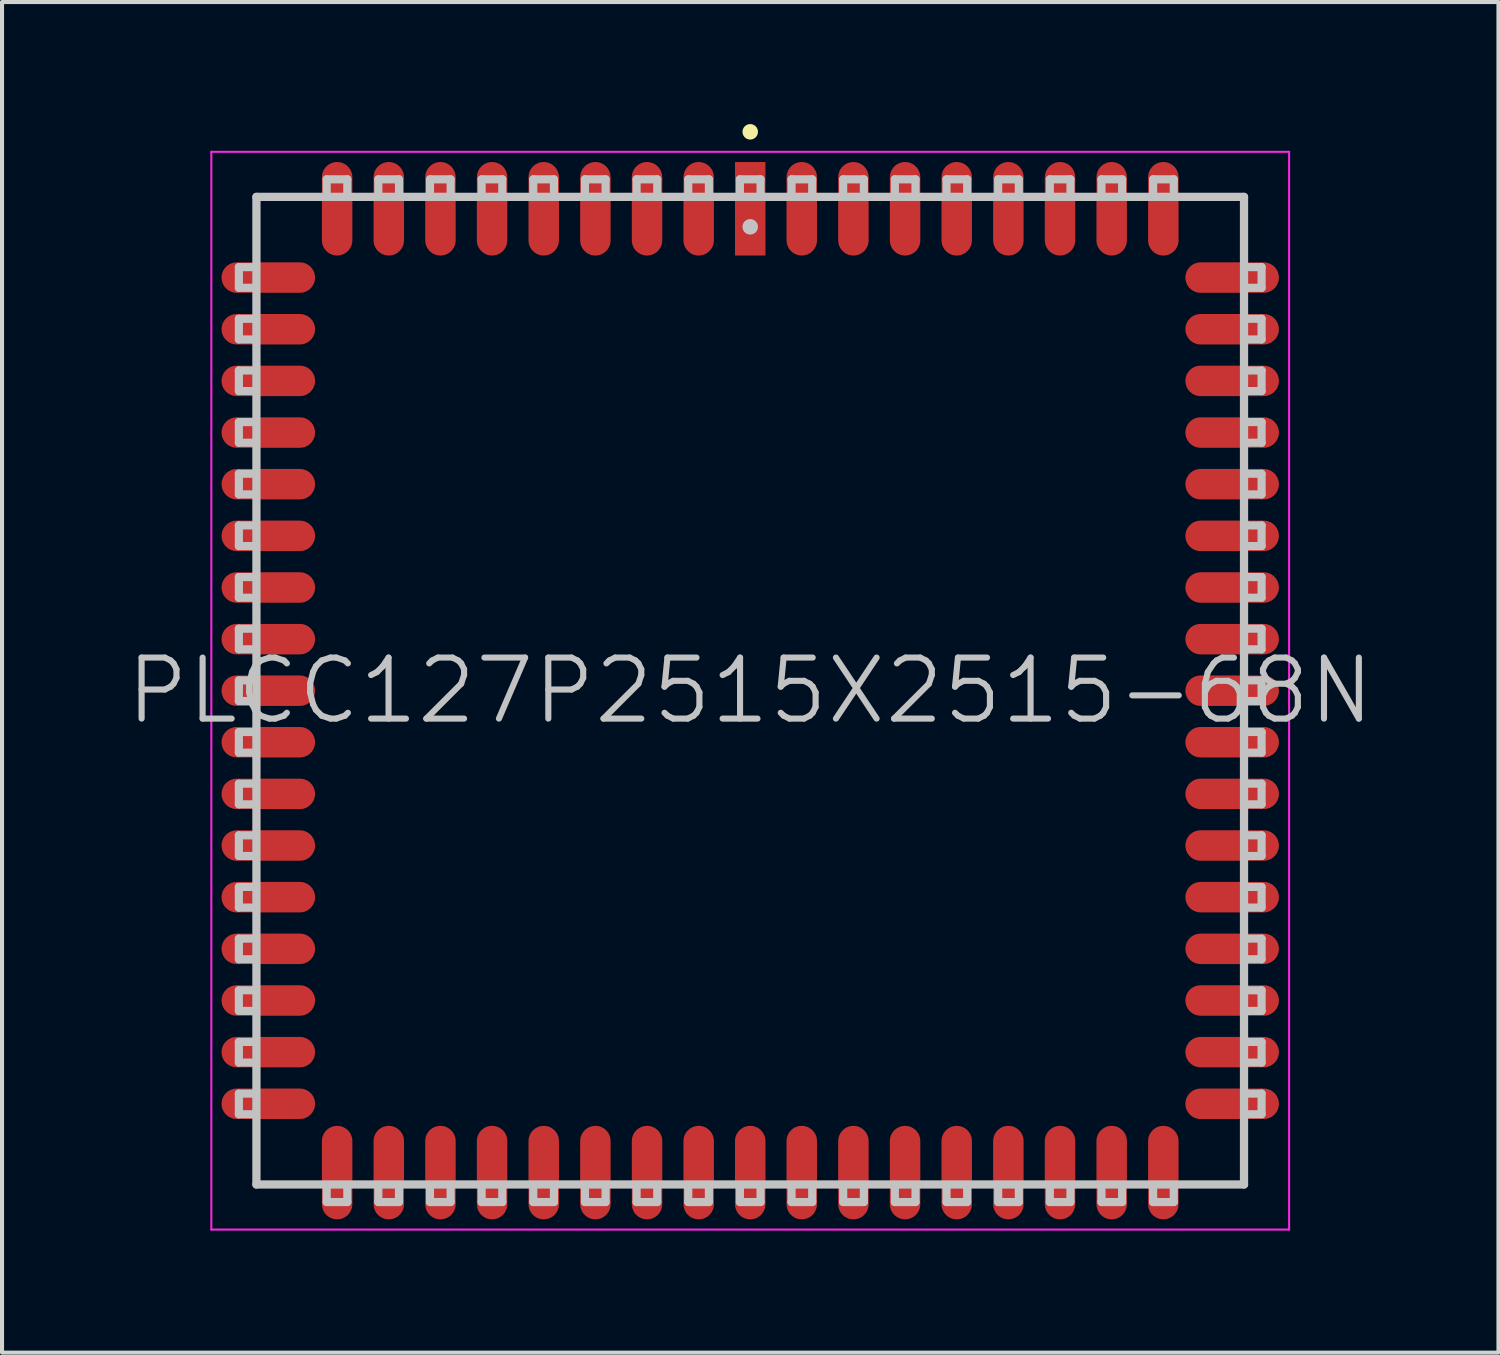
<source format=kicad_pcb>
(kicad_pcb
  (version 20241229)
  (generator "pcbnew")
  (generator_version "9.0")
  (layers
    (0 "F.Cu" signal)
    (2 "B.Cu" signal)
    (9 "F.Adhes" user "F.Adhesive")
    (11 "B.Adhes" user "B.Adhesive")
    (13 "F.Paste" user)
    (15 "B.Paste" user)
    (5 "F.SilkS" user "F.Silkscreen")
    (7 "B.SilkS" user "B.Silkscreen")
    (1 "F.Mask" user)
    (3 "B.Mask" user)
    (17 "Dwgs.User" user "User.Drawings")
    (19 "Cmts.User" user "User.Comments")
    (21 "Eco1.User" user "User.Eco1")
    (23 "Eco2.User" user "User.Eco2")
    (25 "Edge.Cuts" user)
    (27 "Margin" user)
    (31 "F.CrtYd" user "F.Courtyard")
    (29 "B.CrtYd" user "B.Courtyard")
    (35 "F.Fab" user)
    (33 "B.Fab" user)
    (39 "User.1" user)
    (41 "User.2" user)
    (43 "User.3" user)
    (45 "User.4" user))
  (footprint "PLCC127P2515X2515-68N"
    (layer "F.Cu")
    (at 15.396 13.932)
    (property "Reference" "PLCC127P2515X2515-68N" (at 0 0 0) (layer "Dwgs.User") (effects (font (size 1.5 1.5) (thickness 0.15))))
    (attr smd)
    (fp_line (start 0 -13.741) (end 0 -13.741) (stroke (width 0.381) (type solid)) (layer "F.SilkS"))
    (fp_line (start -12.573 -9.906) (end -12.573 -10.414) (stroke (width 0.2) (type solid)) (layer "Dwgs.User"))
    (fp_line (start -12.573 -8.636) (end -12.573 -9.144) (stroke (width 0.2) (type solid)) (layer "Dwgs.User"))
    (fp_line (start -12.573 -7.366) (end -12.573 -7.874) (stroke (width 0.2) (type solid)) (layer "Dwgs.User"))
    (fp_line (start -12.573 -6.096) (end -12.573 -6.604) (stroke (width 0.2) (type solid)) (layer "Dwgs.User"))
    (fp_line (start -12.573 -4.826) (end -12.573 -5.334) (stroke (width 0.2) (type solid)) (layer "Dwgs.User"))
    (fp_line (start -12.573 -3.556) (end -12.573 -4.064) (stroke (width 0.2) (type solid)) (layer "Dwgs.User"))
    (fp_line (start -12.573 -2.286) (end -12.573 -2.794) (stroke (width 0.2) (type solid)) (layer "Dwgs.User"))
    (fp_line (start -12.573 -1.016) (end -12.573 -1.524) (stroke (width 0.2) (type solid)) (layer "Dwgs.User"))
    (fp_line (start -12.573 0.254) (end -12.573 -0.254) (stroke (width 0.2) (type solid)) (layer "Dwgs.User"))
    (fp_line (start -12.573 1.524) (end -12.573 1.016) (stroke (width 0.2) (type solid)) (layer "Dwgs.User"))
    (fp_line (start -12.573 2.794) (end -12.573 2.286) (stroke (width 0.2) (type solid)) (layer "Dwgs.User"))
    (fp_line (start -12.573 4.064) (end -12.573 3.556) (stroke (width 0.2) (type solid)) (layer "Dwgs.User"))
    (fp_line (start -12.573 5.334) (end -12.573 4.826) (stroke (width 0.2) (type solid)) (layer "Dwgs.User"))
    (fp_line (start -12.573 6.604) (end -12.573 6.096) (stroke (width 0.2) (type solid)) (layer "Dwgs.User"))
    (fp_line (start -12.573 7.874) (end -12.573 7.366) (stroke (width 0.2) (type solid)) (layer "Dwgs.User"))
    (fp_line (start -12.573 9.144) (end -12.573 8.636) (stroke (width 0.2) (type solid)) (layer "Dwgs.User"))
    (fp_line (start -12.573 10.414) (end -12.573 9.906) (stroke (width 0.2) (type solid)) (layer "Dwgs.User"))
    (fp_line (start -12.192 -10.414) (end -12.573 -10.414) (stroke (width 0.2) (type solid)) (layer "Dwgs.User"))
    (fp_line (start -12.192 -9.906) (end -12.573 -9.906) (stroke (width 0.2) (type solid)) (layer "Dwgs.User"))
    (fp_line (start -12.192 -9.144) (end -12.573 -9.144) (stroke (width 0.2) (type solid)) (layer "Dwgs.User"))
    (fp_line (start -12.192 -8.636) (end -12.573 -8.636) (stroke (width 0.2) (type solid)) (layer "Dwgs.User"))
    (fp_line (start -12.192 -7.874) (end -12.573 -7.874) (stroke (width 0.2) (type solid)) (layer "Dwgs.User"))
    (fp_line (start -12.192 -7.366) (end -12.573 -7.366) (stroke (width 0.2) (type solid)) (layer "Dwgs.User"))
    (fp_line (start -12.192 -6.604) (end -12.573 -6.604) (stroke (width 0.2) (type solid)) (layer "Dwgs.User"))
    (fp_line (start -12.192 -6.096) (end -12.573 -6.096) (stroke (width 0.2) (type solid)) (layer "Dwgs.User"))
    (fp_line (start -12.192 -5.334) (end -12.573 -5.334) (stroke (width 0.2) (type solid)) (layer "Dwgs.User"))
    (fp_line (start -12.192 -4.826) (end -12.573 -4.826) (stroke (width 0.2) (type solid)) (layer "Dwgs.User"))
    (fp_line (start -12.192 -4.064) (end -12.573 -4.064) (stroke (width 0.2) (type solid)) (layer "Dwgs.User"))
    (fp_line (start -12.192 -3.556) (end -12.573 -3.556) (stroke (width 0.2) (type solid)) (layer "Dwgs.User"))
    (fp_line (start -12.192 -2.794) (end -12.573 -2.794) (stroke (width 0.2) (type solid)) (layer "Dwgs.User"))
    (fp_line (start -12.192 -2.286) (end -12.573 -2.286) (stroke (width 0.2) (type solid)) (layer "Dwgs.User"))
    (fp_line (start -12.192 -1.524) (end -12.573 -1.524) (stroke (width 0.2) (type solid)) (layer "Dwgs.User"))
    (fp_line (start -12.192 -1.016) (end -12.573 -1.016) (stroke (width 0.2) (type solid)) (layer "Dwgs.User"))
    (fp_line (start -12.192 -0.254) (end -12.573 -0.254) (stroke (width 0.2) (type solid)) (layer "Dwgs.User"))
    (fp_line (start -12.192 0.254) (end -12.573 0.254) (stroke (width 0.2) (type solid)) (layer "Dwgs.User"))
    (fp_line (start -12.192 1.016) (end -12.573 1.016) (stroke (width 0.2) (type solid)) (layer "Dwgs.User"))
    (fp_line (start -12.192 1.524) (end -12.573 1.524) (stroke (width 0.2) (type solid)) (layer "Dwgs.User"))
    (fp_line (start -12.192 2.286) (end -12.573 2.286) (stroke (width 0.2) (type solid)) (layer "Dwgs.User"))
    (fp_line (start -12.192 2.794) (end -12.573 2.794) (stroke (width 0.2) (type solid)) (layer "Dwgs.User"))
    (fp_line (start -12.192 3.556) (end -12.573 3.556) (stroke (width 0.2) (type solid)) (layer "Dwgs.User"))
    (fp_line (start -12.192 4.064) (end -12.573 4.064) (stroke (width 0.2) (type solid)) (layer "Dwgs.User"))
    (fp_line (start -12.192 4.826) (end -12.573 4.826) (stroke (width 0.2) (type solid)) (layer "Dwgs.User"))
    (fp_line (start -12.192 5.334) (end -12.573 5.334) (stroke (width 0.2) (type solid)) (layer "Dwgs.User"))
    (fp_line (start -12.192 6.096) (end -12.573 6.096) (stroke (width 0.2) (type solid)) (layer "Dwgs.User"))
    (fp_line (start -12.192 6.604) (end -12.573 6.604) (stroke (width 0.2) (type solid)) (layer "Dwgs.User"))
    (fp_line (start -12.192 7.366) (end -12.573 7.366) (stroke (width 0.2) (type solid)) (layer "Dwgs.User"))
    (fp_line (start -12.192 7.874) (end -12.573 7.874) (stroke (width 0.2) (type solid)) (layer "Dwgs.User"))
    (fp_line (start -12.192 8.636) (end -12.573 8.636) (stroke (width 0.2) (type solid)) (layer "Dwgs.User"))
    (fp_line (start -12.192 9.144) (end -12.573 9.144) (stroke (width 0.2) (type solid)) (layer "Dwgs.User"))
    (fp_line (start -12.192 9.906) (end -12.573 9.906) (stroke (width 0.2) (type solid)) (layer "Dwgs.User"))
    (fp_line (start -12.192 10.414) (end -12.573 10.414) (stroke (width 0.2) (type solid)) (layer "Dwgs.User"))
    (fp_line (start -12.141 -12.141) (end -12.141 12.141) (stroke (width 0.203) (type solid)) (layer "Dwgs.User"))
    (fp_line (start -12.141 -12.141) (end 12.141 -12.141) (stroke (width 0.203) (type solid)) (layer "Dwgs.User"))
    (fp_line (start -12.141 12.141) (end 12.141 12.141) (stroke (width 0.203) (type solid)) (layer "Dwgs.User"))
    (fp_line (start -10.414 -12.573) (end -9.906 -12.573) (stroke (width 0.2) (type solid)) (layer "Dwgs.User"))
    (fp_line (start -10.414 -12.192) (end -10.414 -12.573) (stroke (width 0.2) (type solid)) (layer "Dwgs.User"))
    (fp_line (start -10.414 12.192) (end -10.414 12.573) (stroke (width 0.2) (type solid)) (layer "Dwgs.User"))
    (fp_line (start -9.906 -12.192) (end -9.906 -12.573) (stroke (width 0.2) (type solid)) (layer "Dwgs.User"))
    (fp_line (start -9.906 12.192) (end -9.906 12.573) (stroke (width 0.2) (type solid)) (layer "Dwgs.User"))
    (fp_line (start -9.906 12.573) (end -10.414 12.573) (stroke (width 0.2) (type solid)) (layer "Dwgs.User"))
    (fp_line (start -9.144 -12.573) (end -8.636 -12.573) (stroke (width 0.2) (type solid)) (layer "Dwgs.User"))
    (fp_line (start -9.144 -12.192) (end -9.144 -12.573) (stroke (width 0.2) (type solid)) (layer "Dwgs.User"))
    (fp_line (start -9.144 12.192) (end -9.144 12.573) (stroke (width 0.2) (type solid)) (layer "Dwgs.User"))
    (fp_line (start -8.636 -12.192) (end -8.636 -12.573) (stroke (width 0.2) (type solid)) (layer "Dwgs.User"))
    (fp_line (start -8.636 12.192) (end -8.636 12.573) (stroke (width 0.2) (type solid)) (layer "Dwgs.User"))
    (fp_line (start -8.636 12.573) (end -9.144 12.573) (stroke (width 0.2) (type solid)) (layer "Dwgs.User"))
    (fp_line (start -7.874 -12.573) (end -7.366 -12.573) (stroke (width 0.2) (type solid)) (layer "Dwgs.User"))
    (fp_line (start -7.874 -12.192) (end -7.874 -12.573) (stroke (width 0.2) (type solid)) (layer "Dwgs.User"))
    (fp_line (start -7.874 12.192) (end -7.874 12.573) (stroke (width 0.2) (type solid)) (layer "Dwgs.User"))
    (fp_line (start -7.366 -12.192) (end -7.366 -12.573) (stroke (width 0.2) (type solid)) (layer "Dwgs.User"))
    (fp_line (start -7.366 12.192) (end -7.366 12.573) (stroke (width 0.2) (type solid)) (layer "Dwgs.User"))
    (fp_line (start -7.366 12.573) (end -7.874 12.573) (stroke (width 0.2) (type solid)) (layer "Dwgs.User"))
    (fp_line (start -6.604 -12.573) (end -6.096 -12.573) (stroke (width 0.2) (type solid)) (layer "Dwgs.User"))
    (fp_line (start -6.604 -12.192) (end -6.604 -12.573) (stroke (width 0.2) (type solid)) (layer "Dwgs.User"))
    (fp_line (start -6.604 12.192) (end -6.604 12.573) (stroke (width 0.2) (type solid)) (layer "Dwgs.User"))
    (fp_line (start -6.096 -12.192) (end -6.096 -12.573) (stroke (width 0.2) (type solid)) (layer "Dwgs.User"))
    (fp_line (start -6.096 12.192) (end -6.096 12.573) (stroke (width 0.2) (type solid)) (layer "Dwgs.User"))
    (fp_line (start -6.096 12.573) (end -6.604 12.573) (stroke (width 0.2) (type solid)) (layer "Dwgs.User"))
    (fp_line (start -5.334 -12.573) (end -4.826 -12.573) (stroke (width 0.2) (type solid)) (layer "Dwgs.User"))
    (fp_line (start -5.334 -12.192) (end -5.334 -12.573) (stroke (width 0.2) (type solid)) (layer "Dwgs.User"))
    (fp_line (start -5.334 12.192) (end -5.334 12.573) (stroke (width 0.2) (type solid)) (layer "Dwgs.User"))
    (fp_line (start -4.826 -12.192) (end -4.826 -12.573) (stroke (width 0.2) (type solid)) (layer "Dwgs.User"))
    (fp_line (start -4.826 12.192) (end -4.826 12.573) (stroke (width 0.2) (type solid)) (layer "Dwgs.User"))
    (fp_line (start -4.826 12.573) (end -5.334 12.573) (stroke (width 0.2) (type solid)) (layer "Dwgs.User"))
    (fp_line (start -4.064 -12.573) (end -3.556 -12.573) (stroke (width 0.2) (type solid)) (layer "Dwgs.User"))
    (fp_line (start -4.064 -12.192) (end -4.064 -12.573) (stroke (width 0.2) (type solid)) (layer "Dwgs.User"))
    (fp_line (start -4.064 12.192) (end -4.064 12.573) (stroke (width 0.2) (type solid)) (layer "Dwgs.User"))
    (fp_line (start -3.556 -12.192) (end -3.556 -12.573) (stroke (width 0.2) (type solid)) (layer "Dwgs.User"))
    (fp_line (start -3.556 12.192) (end -3.556 12.573) (stroke (width 0.2) (type solid)) (layer "Dwgs.User"))
    (fp_line (start -3.556 12.573) (end -4.064 12.573) (stroke (width 0.2) (type solid)) (layer "Dwgs.User"))
    (fp_line (start -2.794 -12.573) (end -2.286 -12.573) (stroke (width 0.2) (type solid)) (layer "Dwgs.User"))
    (fp_line (start -2.794 -12.192) (end -2.794 -12.573) (stroke (width 0.2) (type solid)) (layer "Dwgs.User"))
    (fp_line (start -2.794 12.192) (end -2.794 12.573) (stroke (width 0.2) (type solid)) (layer "Dwgs.User"))
    (fp_line (start -2.286 -12.192) (end -2.286 -12.573) (stroke (width 0.2) (type solid)) (layer "Dwgs.User"))
    (fp_line (start -2.286 12.192) (end -2.286 12.573) (stroke (width 0.2) (type solid)) (layer "Dwgs.User"))
    (fp_line (start -2.286 12.573) (end -2.794 12.573) (stroke (width 0.2) (type solid)) (layer "Dwgs.User"))
    (fp_line (start -1.524 -12.573) (end -1.016 -12.573) (stroke (width 0.2) (type solid)) (layer "Dwgs.User"))
    (fp_line (start -1.524 -12.192) (end -1.524 -12.573) (stroke (width 0.2) (type solid)) (layer "Dwgs.User"))
    (fp_line (start -1.524 12.192) (end -1.524 12.573) (stroke (width 0.2) (type solid)) (layer "Dwgs.User"))
    (fp_line (start -1.016 -12.192) (end -1.016 -12.573) (stroke (width 0.2) (type solid)) (layer "Dwgs.User"))
    (fp_line (start -1.016 12.192) (end -1.016 12.573) (stroke (width 0.2) (type solid)) (layer "Dwgs.User"))
    (fp_line (start -1.016 12.573) (end -1.524 12.573) (stroke (width 0.2) (type solid)) (layer "Dwgs.User"))
    (fp_line (start -0.254 -12.573) (end 0.254 -12.573) (stroke (width 0.2) (type solid)) (layer "Dwgs.User"))
    (fp_line (start -0.254 -12.192) (end -0.254 -12.573) (stroke (width 0.2) (type solid)) (layer "Dwgs.User"))
    (fp_line (start -0.254 12.192) (end -0.254 12.573) (stroke (width 0.2) (type solid)) (layer "Dwgs.User"))
    (fp_line (start 0 -11.405) (end 0 -11.405) (stroke (width 0.381) (type solid)) (layer "Dwgs.User"))
    (fp_line (start 0.254 -12.192) (end 0.254 -12.573) (stroke (width 0.2) (type solid)) (layer "Dwgs.User"))
    (fp_line (start 0.254 12.192) (end 0.254 12.573) (stroke (width 0.2) (type solid)) (layer "Dwgs.User"))
    (fp_line (start 0.254 12.573) (end -0.254 12.573) (stroke (width 0.2) (type solid)) (layer "Dwgs.User"))
    (fp_line (start 1.016 -12.573) (end 1.524 -12.573) (stroke (width 0.2) (type solid)) (layer "Dwgs.User"))
    (fp_line (start 1.016 -12.192) (end 1.016 -12.573) (stroke (width 0.2) (type solid)) (layer "Dwgs.User"))
    (fp_line (start 1.016 12.192) (end 1.016 12.573) (stroke (width 0.2) (type solid)) (layer "Dwgs.User"))
    (fp_line (start 1.524 -12.192) (end 1.524 -12.573) (stroke (width 0.2) (type solid)) (layer "Dwgs.User"))
    (fp_line (start 1.524 12.192) (end 1.524 12.573) (stroke (width 0.2) (type solid)) (layer "Dwgs.User"))
    (fp_line (start 1.524 12.573) (end 1.016 12.573) (stroke (width 0.2) (type solid)) (layer "Dwgs.User"))
    (fp_line (start 2.286 -12.573) (end 2.794 -12.573) (stroke (width 0.2) (type solid)) (layer "Dwgs.User"))
    (fp_line (start 2.286 -12.192) (end 2.286 -12.573) (stroke (width 0.2) (type solid)) (layer "Dwgs.User"))
    (fp_line (start 2.286 12.192) (end 2.286 12.573) (stroke (width 0.2) (type solid)) (layer "Dwgs.User"))
    (fp_line (start 2.794 -12.192) (end 2.794 -12.573) (stroke (width 0.2) (type solid)) (layer "Dwgs.User"))
    (fp_line (start 2.794 12.192) (end 2.794 12.573) (stroke (width 0.2) (type solid)) (layer "Dwgs.User"))
    (fp_line (start 2.794 12.573) (end 2.286 12.573) (stroke (width 0.2) (type solid)) (layer "Dwgs.User"))
    (fp_line (start 3.556 -12.573) (end 4.064 -12.573) (stroke (width 0.2) (type solid)) (layer "Dwgs.User"))
    (fp_line (start 3.556 -12.192) (end 3.556 -12.573) (stroke (width 0.2) (type solid)) (layer "Dwgs.User"))
    (fp_line (start 3.556 12.192) (end 3.556 12.573) (stroke (width 0.2) (type solid)) (layer "Dwgs.User"))
    (fp_line (start 4.064 -12.192) (end 4.064 -12.573) (stroke (width 0.2) (type solid)) (layer "Dwgs.User"))
    (fp_line (start 4.064 12.192) (end 4.064 12.573) (stroke (width 0.2) (type solid)) (layer "Dwgs.User"))
    (fp_line (start 4.064 12.573) (end 3.556 12.573) (stroke (width 0.2) (type solid)) (layer "Dwgs.User"))
    (fp_line (start 4.826 -12.573) (end 5.334 -12.573) (stroke (width 0.2) (type solid)) (layer "Dwgs.User"))
    (fp_line (start 4.826 -12.192) (end 4.826 -12.573) (stroke (width 0.2) (type solid)) (layer "Dwgs.User"))
    (fp_line (start 4.826 12.192) (end 4.826 12.573) (stroke (width 0.2) (type solid)) (layer "Dwgs.User"))
    (fp_line (start 5.334 -12.192) (end 5.334 -12.573) (stroke (width 0.2) (type solid)) (layer "Dwgs.User"))
    (fp_line (start 5.334 12.192) (end 5.334 12.573) (stroke (width 0.2) (type solid)) (layer "Dwgs.User"))
    (fp_line (start 5.334 12.573) (end 4.826 12.573) (stroke (width 0.2) (type solid)) (layer "Dwgs.User"))
    (fp_line (start 6.096 -12.573) (end 6.604 -12.573) (stroke (width 0.2) (type solid)) (layer "Dwgs.User"))
    (fp_line (start 6.096 -12.192) (end 6.096 -12.573) (stroke (width 0.2) (type solid)) (layer "Dwgs.User"))
    (fp_line (start 6.096 12.192) (end 6.096 12.573) (stroke (width 0.2) (type solid)) (layer "Dwgs.User"))
    (fp_line (start 6.604 -12.192) (end 6.604 -12.573) (stroke (width 0.2) (type solid)) (layer "Dwgs.User"))
    (fp_line (start 6.604 12.192) (end 6.604 12.573) (stroke (width 0.2) (type solid)) (layer "Dwgs.User"))
    (fp_line (start 6.604 12.573) (end 6.096 12.573) (stroke (width 0.2) (type solid)) (layer "Dwgs.User"))
    (fp_line (start 7.366 -12.573) (end 7.874 -12.573) (stroke (width 0.2) (type solid)) (layer "Dwgs.User"))
    (fp_line (start 7.366 -12.192) (end 7.366 -12.573) (stroke (width 0.2) (type solid)) (layer "Dwgs.User"))
    (fp_line (start 7.366 12.192) (end 7.366 12.573) (stroke (width 0.2) (type solid)) (layer "Dwgs.User"))
    (fp_line (start 7.874 -12.192) (end 7.874 -12.573) (stroke (width 0.2) (type solid)) (layer "Dwgs.User"))
    (fp_line (start 7.874 12.192) (end 7.874 12.573) (stroke (width 0.2) (type solid)) (layer "Dwgs.User"))
    (fp_line (start 7.874 12.573) (end 7.366 12.573) (stroke (width 0.2) (type solid)) (layer "Dwgs.User"))
    (fp_line (start 8.636 -12.573) (end 9.144 -12.573) (stroke (width 0.2) (type solid)) (layer "Dwgs.User"))
    (fp_line (start 8.636 -12.192) (end 8.636 -12.573) (stroke (width 0.2) (type solid)) (layer "Dwgs.User"))
    (fp_line (start 8.636 12.192) (end 8.636 12.573) (stroke (width 0.2) (type solid)) (layer "Dwgs.User"))
    (fp_line (start 9.144 -12.192) (end 9.144 -12.573) (stroke (width 0.2) (type solid)) (layer "Dwgs.User"))
    (fp_line (start 9.144 12.192) (end 9.144 12.573) (stroke (width 0.2) (type solid)) (layer "Dwgs.User"))
    (fp_line (start 9.144 12.573) (end 8.636 12.573) (stroke (width 0.2) (type solid)) (layer "Dwgs.User"))
    (fp_line (start 9.906 -12.573) (end 10.414 -12.573) (stroke (width 0.2) (type solid)) (layer "Dwgs.User"))
    (fp_line (start 9.906 -12.192) (end 9.906 -12.573) (stroke (width 0.2) (type solid)) (layer "Dwgs.User"))
    (fp_line (start 9.906 12.192) (end 9.906 12.573) (stroke (width 0.2) (type solid)) (layer "Dwgs.User"))
    (fp_line (start 10.414 -12.192) (end 10.414 -12.573) (stroke (width 0.2) (type solid)) (layer "Dwgs.User"))
    (fp_line (start 10.414 12.192) (end 10.414 12.573) (stroke (width 0.2) (type solid)) (layer "Dwgs.User"))
    (fp_line (start 10.414 12.573) (end 9.906 12.573) (stroke (width 0.2) (type solid)) (layer "Dwgs.User"))
    (fp_line (start 12.141 -12.141) (end 12.141 12.141) (stroke (width 0.203) (type solid)) (layer "Dwgs.User"))
    (fp_line (start 12.192 -10.414) (end 12.573 -10.414) (stroke (width 0.2) (type solid)) (layer "Dwgs.User"))
    (fp_line (start 12.192 -9.906) (end 12.573 -9.906) (stroke (width 0.2) (type solid)) (layer "Dwgs.User"))
    (fp_line (start 12.192 -9.144) (end 12.573 -9.144) (stroke (width 0.2) (type solid)) (layer "Dwgs.User"))
    (fp_line (start 12.192 -8.636) (end 12.573 -8.636) (stroke (width 0.2) (type solid)) (layer "Dwgs.User"))
    (fp_line (start 12.192 -7.874) (end 12.573 -7.874) (stroke (width 0.2) (type solid)) (layer "Dwgs.User"))
    (fp_line (start 12.192 -7.366) (end 12.573 -7.366) (stroke (width 0.2) (type solid)) (layer "Dwgs.User"))
    (fp_line (start 12.192 -6.604) (end 12.573 -6.604) (stroke (width 0.2) (type solid)) (layer "Dwgs.User"))
    (fp_line (start 12.192 -6.096) (end 12.573 -6.096) (stroke (width 0.2) (type solid)) (layer "Dwgs.User"))
    (fp_line (start 12.192 -5.334) (end 12.573 -5.334) (stroke (width 0.2) (type solid)) (layer "Dwgs.User"))
    (fp_line (start 12.192 -4.826) (end 12.573 -4.826) (stroke (width 0.2) (type solid)) (layer "Dwgs.User"))
    (fp_line (start 12.192 -4.064) (end 12.573 -4.064) (stroke (width 0.2) (type solid)) (layer "Dwgs.User"))
    (fp_line (start 12.192 -3.556) (end 12.573 -3.556) (stroke (width 0.2) (type solid)) (layer "Dwgs.User"))
    (fp_line (start 12.192 -2.794) (end 12.573 -2.794) (stroke (width 0.2) (type solid)) (layer "Dwgs.User"))
    (fp_line (start 12.192 -2.286) (end 12.573 -2.286) (stroke (width 0.2) (type solid)) (layer "Dwgs.User"))
    (fp_line (start 12.192 -1.524) (end 12.573 -1.524) (stroke (width 0.2) (type solid)) (layer "Dwgs.User"))
    (fp_line (start 12.192 -1.016) (end 12.573 -1.016) (stroke (width 0.2) (type solid)) (layer "Dwgs.User"))
    (fp_line (start 12.192 -0.254) (end 12.573 -0.254) (stroke (width 0.2) (type solid)) (layer "Dwgs.User"))
    (fp_line (start 12.192 0.254) (end 12.573 0.254) (stroke (width 0.2) (type solid)) (layer "Dwgs.User"))
    (fp_line (start 12.192 1.016) (end 12.573 1.016) (stroke (width 0.2) (type solid)) (layer "Dwgs.User"))
    (fp_line (start 12.192 1.524) (end 12.573 1.524) (stroke (width 0.2) (type solid)) (layer "Dwgs.User"))
    (fp_line (start 12.192 2.286) (end 12.573 2.286) (stroke (width 0.2) (type solid)) (layer "Dwgs.User"))
    (fp_line (start 12.192 2.794) (end 12.573 2.794) (stroke (width 0.2) (type solid)) (layer "Dwgs.User"))
    (fp_line (start 12.192 3.556) (end 12.573 3.556) (stroke (width 0.2) (type solid)) (layer "Dwgs.User"))
    (fp_line (start 12.192 4.064) (end 12.573 4.064) (stroke (width 0.2) (type solid)) (layer "Dwgs.User"))
    (fp_line (start 12.192 4.826) (end 12.573 4.826) (stroke (width 0.2) (type solid)) (layer "Dwgs.User"))
    (fp_line (start 12.192 5.334) (end 12.573 5.334) (stroke (width 0.2) (type solid)) (layer "Dwgs.User"))
    (fp_line (start 12.192 6.096) (end 12.573 6.096) (stroke (width 0.2) (type solid)) (layer "Dwgs.User"))
    (fp_line (start 12.192 6.604) (end 12.573 6.604) (stroke (width 0.2) (type solid)) (layer "Dwgs.User"))
    (fp_line (start 12.192 7.366) (end 12.573 7.366) (stroke (width 0.2) (type solid)) (layer "Dwgs.User"))
    (fp_line (start 12.192 7.874) (end 12.573 7.874) (stroke (width 0.2) (type solid)) (layer "Dwgs.User"))
    (fp_line (start 12.192 8.636) (end 12.573 8.636) (stroke (width 0.2) (type solid)) (layer "Dwgs.User"))
    (fp_line (start 12.192 9.144) (end 12.573 9.144) (stroke (width 0.2) (type solid)) (layer "Dwgs.User"))
    (fp_line (start 12.192 9.906) (end 12.573 9.906) (stroke (width 0.2) (type solid)) (layer "Dwgs.User"))
    (fp_line (start 12.192 10.414) (end 12.573 10.414) (stroke (width 0.2) (type solid)) (layer "Dwgs.User"))
    (fp_line (start 12.573 -10.414) (end 12.573 -9.906) (stroke (width 0.2) (type solid)) (layer "Dwgs.User"))
    (fp_line (start 12.573 -9.144) (end 12.573 -8.636) (stroke (width 0.2) (type solid)) (layer "Dwgs.User"))
    (fp_line (start 12.573 -7.874) (end 12.573 -7.366) (stroke (width 0.2) (type solid)) (layer "Dwgs.User"))
    (fp_line (start 12.573 -6.604) (end 12.573 -6.096) (stroke (width 0.2) (type solid)) (layer "Dwgs.User"))
    (fp_line (start 12.573 -5.334) (end 12.573 -4.826) (stroke (width 0.2) (type solid)) (layer "Dwgs.User"))
    (fp_line (start 12.573 -4.064) (end 12.573 -3.556) (stroke (width 0.2) (type solid)) (layer "Dwgs.User"))
    (fp_line (start 12.573 -2.794) (end 12.573 -2.286) (stroke (width 0.2) (type solid)) (layer "Dwgs.User"))
    (fp_line (start 12.573 -1.524) (end 12.573 -1.016) (stroke (width 0.2) (type solid)) (layer "Dwgs.User"))
    (fp_line (start 12.573 -0.254) (end 12.573 0.254) (stroke (width 0.2) (type solid)) (layer "Dwgs.User"))
    (fp_line (start 12.573 1.016) (end 12.573 1.524) (stroke (width 0.2) (type solid)) (layer "Dwgs.User"))
    (fp_line (start 12.573 2.286) (end 12.573 2.794) (stroke (width 0.2) (type solid)) (layer "Dwgs.User"))
    (fp_line (start 12.573 3.556) (end 12.573 4.064) (stroke (width 0.2) (type solid)) (layer "Dwgs.User"))
    (fp_line (start 12.573 4.826) (end 12.573 5.334) (stroke (width 0.2) (type solid)) (layer "Dwgs.User"))
    (fp_line (start 12.573 6.096) (end 12.573 6.604) (stroke (width 0.2) (type solid)) (layer "Dwgs.User"))
    (fp_line (start 12.573 7.366) (end 12.573 7.874) (stroke (width 0.2) (type solid)) (layer "Dwgs.User"))
    (fp_line (start 12.573 8.636) (end 12.573 9.144) (stroke (width 0.2) (type solid)) (layer "Dwgs.User"))
    (fp_line (start 12.573 9.906) (end 12.573 10.414) (stroke (width 0.2) (type solid)) (layer "Dwgs.User"))
    (fp_line (start -13.25 -13.25) (end -13.25 13.25) (stroke (width 0.05) (type solid)) (layer "F.CrtYd"))
    (fp_line (start -13.25 -13.25) (end 13.25 -13.25) (stroke (width 0.05) (type solid)) (layer "F.CrtYd"))
    (fp_line (start -13.25 13.25) (end 13.25 13.25) (stroke (width 0.05) (type solid)) (layer "F.CrtYd"))
    (fp_line (start 13.25 -13.25) (end 13.25 13.25) (stroke (width 0.05) (type solid)) (layer "F.CrtYd"))
    (pad "1" smd rect (at 0 -11.849) (size 0.749 2.299) (layers "F.Cu" "F.Mask" "F.Paste"))
    (pad "2" smd oval (at -1.267 -11.849) (size 0.749 2.299) (layers "F.Cu" "F.Mask" "F.Paste"))
    (pad "3" smd oval (at -2.537 -11.849) (size 0.749 2.299) (layers "F.Cu" "F.Mask" "F.Paste"))
    (pad "4" smd oval (at -3.807 -11.849) (size 0.749 2.299) (layers "F.Cu" "F.Mask" "F.Paste"))
    (pad "5" smd oval (at -5.077 -11.849) (size 0.749 2.299) (layers "F.Cu" "F.Mask" "F.Paste"))
    (pad "6" smd oval (at -6.347 -11.849) (size 0.749 2.299) (layers "F.Cu" "F.Mask" "F.Paste"))
    (pad "7" smd oval (at -7.617 -11.849) (size 0.749 2.299) (layers "F.Cu" "F.Mask" "F.Paste"))
    (pad "8" smd oval (at -8.887 -11.849) (size 0.749 2.299) (layers "F.Cu" "F.Mask" "F.Paste"))
    (pad "9" smd oval (at -10.157 -11.849) (size 0.749 2.299) (layers "F.Cu" "F.Mask" "F.Paste"))
    (pad "10" smd oval (at -11.849 -10.157 90) (size 0.749 2.299) (layers "F.Cu" "F.Mask" "F.Paste"))
    (pad "11" smd oval (at -11.849 -8.887 90) (size 0.749 2.299) (layers "F.Cu" "F.Mask" "F.Paste"))
    (pad "12" smd oval (at -11.849 -7.617 90) (size 0.749 2.299) (layers "F.Cu" "F.Mask" "F.Paste"))
    (pad "13" smd oval (at -11.849 -6.347 90) (size 0.749 2.299) (layers "F.Cu" "F.Mask" "F.Paste"))
    (pad "14" smd oval (at -11.849 -5.077 90) (size 0.749 2.299) (layers "F.Cu" "F.Mask" "F.Paste"))
    (pad "15" smd oval (at -11.849 -3.807 90) (size 0.749 2.299) (layers "F.Cu" "F.Mask" "F.Paste"))
    (pad "16" smd oval (at -11.849 -2.537 90) (size 0.749 2.299) (layers "F.Cu" "F.Mask" "F.Paste"))
    (pad "17" smd oval (at -11.849 -1.267 90) (size 0.749 2.299) (layers "F.Cu" "F.Mask" "F.Paste"))
    (pad "18" smd oval (at -11.849 0 90) (size 0.749 2.299) (layers "F.Cu" "F.Mask" "F.Paste"))
    (pad "19" smd oval (at -11.849 1.267 90) (size 0.749 2.299) (layers "F.Cu" "F.Mask" "F.Paste"))
    (pad "20" smd oval (at -11.849 2.537 90) (size 0.749 2.299) (layers "F.Cu" "F.Mask" "F.Paste"))
    (pad "21" smd oval (at -11.849 3.807 90) (size 0.749 2.299) (layers "F.Cu" "F.Mask" "F.Paste"))
    (pad "22" smd oval (at -11.849 5.077 90) (size 0.749 2.299) (layers "F.Cu" "F.Mask" "F.Paste"))
    (pad "23" smd oval (at -11.849 6.347 90) (size 0.749 2.299) (layers "F.Cu" "F.Mask" "F.Paste"))
    (pad "24" smd oval (at -11.849 7.617 90) (size 0.749 2.299) (layers "F.Cu" "F.Mask" "F.Paste"))
    (pad "25" smd oval (at -11.849 8.887 90) (size 0.749 2.299) (layers "F.Cu" "F.Mask" "F.Paste"))
    (pad "26" smd oval (at -11.849 10.157 90) (size 0.749 2.299) (layers "F.Cu" "F.Mask" "F.Paste"))
    (pad "27" smd oval (at -10.157 11.849 180) (size 0.749 2.299) (layers "F.Cu" "F.Mask" "F.Paste"))
    (pad "28" smd oval (at -8.887 11.849 180) (size 0.749 2.299) (layers "F.Cu" "F.Mask" "F.Paste"))
    (pad "29" smd oval (at -7.617 11.849 180) (size 0.749 2.299) (layers "F.Cu" "F.Mask" "F.Paste"))
    (pad "30" smd oval (at -6.347 11.849 180) (size 0.749 2.299) (layers "F.Cu" "F.Mask" "F.Paste"))
    (pad "31" smd oval (at -5.077 11.849 180) (size 0.749 2.299) (layers "F.Cu" "F.Mask" "F.Paste"))
    (pad "32" smd oval (at -3.807 11.849 180) (size 0.749 2.299) (layers "F.Cu" "F.Mask" "F.Paste"))
    (pad "33" smd oval (at -2.537 11.849 180) (size 0.749 2.299) (layers "F.Cu" "F.Mask" "F.Paste"))
    (pad "34" smd oval (at -1.267 11.849 180) (size 0.749 2.299) (layers "F.Cu" "F.Mask" "F.Paste"))
    (pad "35" smd oval (at 0 11.849 180) (size 0.749 2.299) (layers "F.Cu" "F.Mask" "F.Paste"))
    (pad "36" smd oval (at 1.267 11.849 180) (size 0.749 2.299) (layers "F.Cu" "F.Mask" "F.Paste"))
    (pad "37" smd oval (at 2.537 11.849 180) (size 0.749 2.299) (layers "F.Cu" "F.Mask" "F.Paste"))
    (pad "38" smd oval (at 3.807 11.849 180) (size 0.749 2.299) (layers "F.Cu" "F.Mask" "F.Paste"))
    (pad "39" smd oval (at 5.077 11.849 180) (size 0.749 2.299) (layers "F.Cu" "F.Mask" "F.Paste"))
    (pad "40" smd oval (at 6.347 11.849 180) (size 0.749 2.299) (layers "F.Cu" "F.Mask" "F.Paste"))
    (pad "41" smd oval (at 7.617 11.849 180) (size 0.749 2.299) (layers "F.Cu" "F.Mask" "F.Paste"))
    (pad "42" smd oval (at 8.887 11.849 180) (size 0.749 2.299) (layers "F.Cu" "F.Mask" "F.Paste"))
    (pad "43" smd oval (at 10.157 11.849 180) (size 0.749 2.299) (layers "F.Cu" "F.Mask" "F.Paste"))
    (pad "44" smd oval (at 11.849 10.157 270) (size 0.749 2.299) (layers "F.Cu" "F.Mask" "F.Paste"))
    (pad "45" smd oval (at 11.849 8.887 270) (size 0.749 2.299) (layers "F.Cu" "F.Mask" "F.Paste"))
    (pad "46" smd oval (at 11.849 7.617 270) (size 0.749 2.299) (layers "F.Cu" "F.Mask" "F.Paste"))
    (pad "47" smd oval (at 11.849 6.347 270) (size 0.749 2.299) (layers "F.Cu" "F.Mask" "F.Paste"))
    (pad "48" smd oval (at 11.849 5.077 270) (size 0.749 2.299) (layers "F.Cu" "F.Mask" "F.Paste"))
    (pad "49" smd oval (at 11.849 3.807 270) (size 0.749 2.299) (layers "F.Cu" "F.Mask" "F.Paste"))
    (pad "50" smd oval (at 11.849 2.537 270) (size 0.749 2.299) (layers "F.Cu" "F.Mask" "F.Paste"))
    (pad "51" smd oval (at 11.849 1.267 270) (size 0.749 2.299) (layers "F.Cu" "F.Mask" "F.Paste"))
    (pad "52" smd oval (at 11.849 0 270) (size 0.749 2.299) (layers "F.Cu" "F.Mask" "F.Paste"))
    (pad "53" smd oval (at 11.849 -1.267 270) (size 0.749 2.299) (layers "F.Cu" "F.Mask" "F.Paste"))
    (pad "54" smd oval (at 11.849 -2.537 270) (size 0.749 2.299) (layers "F.Cu" "F.Mask" "F.Paste"))
    (pad "55" smd oval (at 11.849 -3.807 270) (size 0.749 2.299) (layers "F.Cu" "F.Mask" "F.Paste"))
    (pad "56" smd oval (at 11.849 -5.077 270) (size 0.749 2.299) (layers "F.Cu" "F.Mask" "F.Paste"))
    (pad "57" smd oval (at 11.849 -6.347 270) (size 0.749 2.299) (layers "F.Cu" "F.Mask" "F.Paste"))
    (pad "58" smd oval (at 11.849 -7.617 270) (size 0.749 2.299) (layers "F.Cu" "F.Mask" "F.Paste"))
    (pad "59" smd oval (at 11.849 -8.887 270) (size 0.749 2.299) (layers "F.Cu" "F.Mask" "F.Paste"))
    (pad "60" smd oval (at 11.849 -10.157 270) (size 0.749 2.299) (layers "F.Cu" "F.Mask" "F.Paste"))
    (pad "61" smd oval (at 10.157 -11.849) (size 0.749 2.299) (layers "F.Cu" "F.Mask" "F.Paste"))
    (pad "62" smd oval (at 8.887 -11.849) (size 0.749 2.299) (layers "F.Cu" "F.Mask" "F.Paste"))
    (pad "63" smd oval (at 7.617 -11.849) (size 0.749 2.299) (layers "F.Cu" "F.Mask" "F.Paste"))
    (pad "64" smd oval (at 6.347 -11.849) (size 0.749 2.299) (layers "F.Cu" "F.Mask" "F.Paste"))
    (pad "65" smd oval (at 5.077 -11.849) (size 0.749 2.299) (layers "F.Cu" "F.Mask" "F.Paste"))
    (pad "66" smd oval (at 3.807 -11.849) (size 0.749 2.299) (layers "F.Cu" "F.Mask" "F.Paste"))
    (pad "67" smd oval (at 2.537 -11.849) (size 0.749 2.299) (layers "F.Cu" "F.Mask" "F.Paste"))
    (pad "68" smd oval (at 1.267 -11.849) (size 0.749 2.299) (layers "F.Cu" "F.Mask" "F.Paste")))
  (gr_rect
    (start -3 -3)
    (end 33.793 30.207)
    (stroke (width 0.1) (type default))
    (fill no)
    (layer "Edge.Cuts")))
</source>
